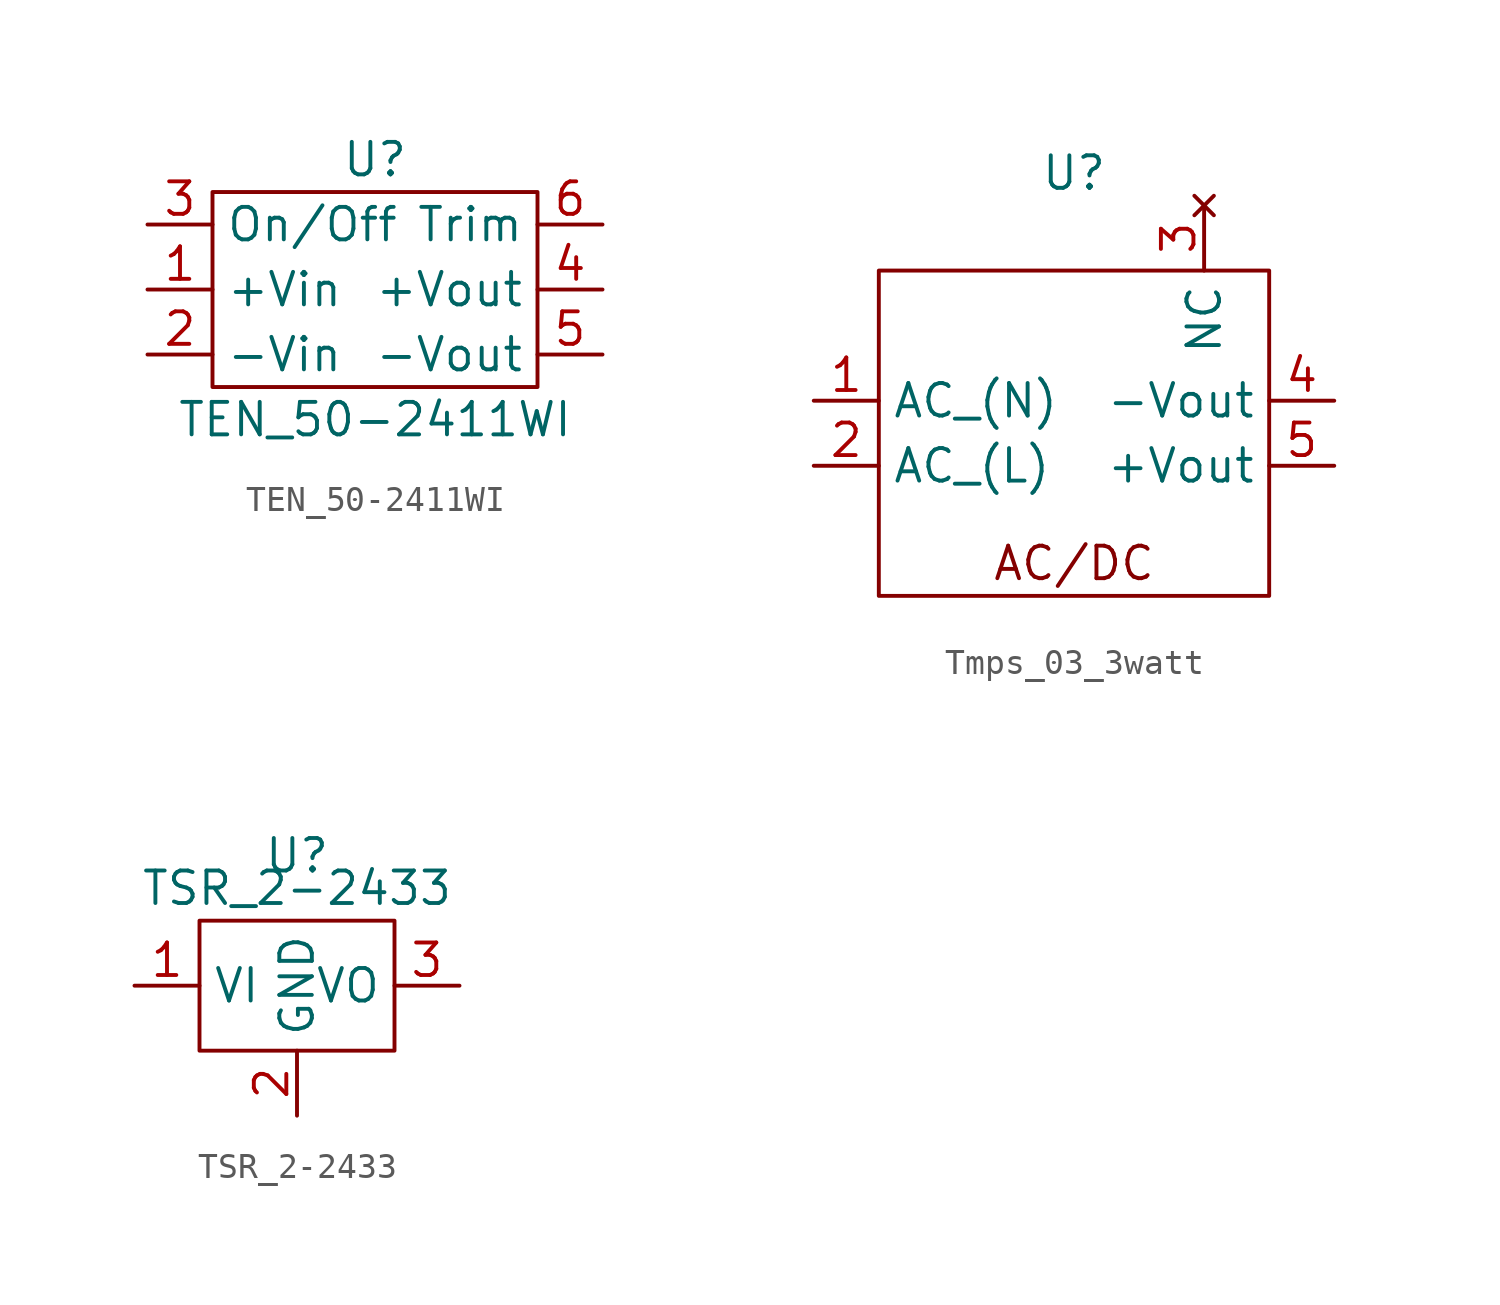
<source format=kicad_sym>
(kicad_symbol_lib
  (version 20220914)
  (generator kicad_symbol_editor)
  (symbol "TEN_50-2411WI"
    (property "Reference" "U"
      (at 0 5.08 0)
      (effects (font (size 1.27 1.27))))
    (property "Value" "TEN_50-2411WI"
      (at 0 -5.08 0)
      (effects (font (size 1.27 1.27))))
    (symbol "TEN_50-2411WI_0_1"
      (rectangle (start -6.35 3.81) (end 6.35 -3.81) (stroke (width 0) (type default)) (fill (type none))))
    (symbol "TEN_50-2411WI_1_1"
      (pin free line (at -8.89 0 0) (length 2.54) (name "+Vin" (effects (font (size 1.27 1.27)))) (number "1" (effects (font (size 1.27 1.27)))))
      (pin free line (at -8.89 -2.54 0) (length 2.54) (name "-Vin" (effects (font (size 1.27 1.27)))) (number "2" (effects (font (size 1.27 1.27)))))
      (pin free line (at -8.89 2.54 0) (length 2.54) (name "On/Off" (effects (font (size 1.27 1.27)))) (number "3" (effects (font (size 1.27 1.27)))))
      (pin free line (at 8.89 0 180) (length 2.54) (name "+Vout" (effects (font (size 1.27 1.27)))) (number "4" (effects (font (size 1.27 1.27)))))
      (pin free line (at 8.89 -2.54 180) (length 2.54) (name "-Vout" (effects (font (size 1.27 1.27)))) (number "5" (effects (font (size 1.27 1.27)))))
      (pin free line (at 8.89 2.54 180) (length 2.54) (name "Trim" (effects (font (size 1.27 1.27)))) (number "6" (effects (font (size 1.27 1.27)))))))
  (symbol "Tmps_03_3watt"
    (property "Reference" "U"
      (at 0 10.16 0)
      (effects (font (size 1.27 1.27))))
    (property "Value" ""
      (at 0 0 0)
      (effects (font (size 1.27 1.27))))
    (symbol "Tmps_03_3watt_0_1"
      (rectangle (start -7.62 6.35) (end 7.62 -6.35) (stroke (width 0) (type default)) (fill (type none))))
    (symbol "Tmps_03_3watt_1_1"
      (text "AC/DC" (at 0 -5.08 0) (effects (font (size 1.27 1.27))))
      (pin input line (at -10.16 1.27 0) (length 2.54) (name "AC_(N)" (effects (font (size 1.27 1.27)))) (number "1" (effects (font (size 1.27 1.27)))))
      (pin input line (at -10.16 -1.27 0) (length 2.54) (name "AC_(L)" (effects (font (size 1.27 1.27)))) (number "2" (effects (font (size 1.27 1.27)))))
      (pin no_connect line (at 5.08 8.89 270) (length 2.54) (name "NC" (effects (font (size 1.27 1.27)))) (number "3" (effects (font (size 1.27 1.27)))))
      (pin input line (at 10.16 1.27 180) (length 2.54) (name "-Vout" (effects (font (size 1.27 1.27)))) (number "4" (effects (font (size 1.27 1.27)))))
      (pin output line (at 10.16 -1.27 180) (length 2.54) (name "+Vout" (effects (font (size 1.27 1.27)))) (number "5" (effects (font (size 1.27 1.27)))))))
  (symbol "TSR_2-2433"
    (property "Reference" "U"
      (at 0 5.08 0)
      (effects (font (size 1.27 1.27))))
    (property "Value" "TSR_2-2433"
      (at 0 3.81 0)
      (effects (font (size 1.27 1.27))))
    (symbol "TSR_2-2433_0_1"
      (rectangle (start -3.81 2.54) (end 3.81 -2.54) (stroke (width 0) (type default)) (fill (type none))))
    (symbol "TSR_2-2433_1_1"
      (pin free line (at -6.35 0 0) (length 2.54) (name "VI" (effects (font (size 1.27 1.27)))) (number "1" (effects (font (size 1.27 1.27)))))
      (pin free line (at 0 -5.08 90) (length 2.54) (name "GND" (effects (font (size 1.27 1.27)))) (number "2" (effects (font (size 1.27 1.27)))))
      (pin free line (at 6.35 0 180) (length 2.54) (name "VO" (effects (font (size 1.27 1.27)))) (number "3" (effects (font (size 1.27 1.27))))))))
</source>
